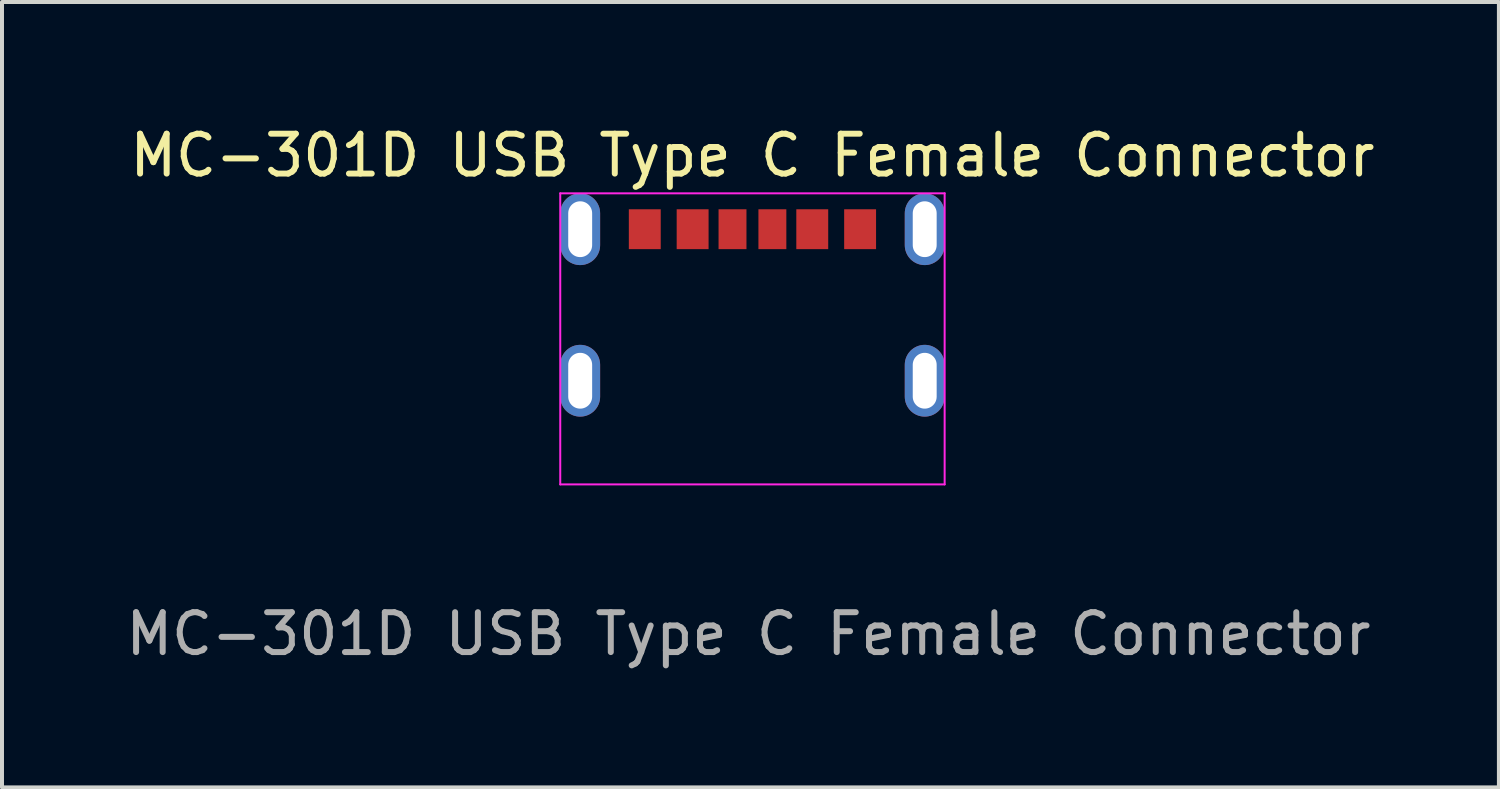
<source format=kicad_pcb>
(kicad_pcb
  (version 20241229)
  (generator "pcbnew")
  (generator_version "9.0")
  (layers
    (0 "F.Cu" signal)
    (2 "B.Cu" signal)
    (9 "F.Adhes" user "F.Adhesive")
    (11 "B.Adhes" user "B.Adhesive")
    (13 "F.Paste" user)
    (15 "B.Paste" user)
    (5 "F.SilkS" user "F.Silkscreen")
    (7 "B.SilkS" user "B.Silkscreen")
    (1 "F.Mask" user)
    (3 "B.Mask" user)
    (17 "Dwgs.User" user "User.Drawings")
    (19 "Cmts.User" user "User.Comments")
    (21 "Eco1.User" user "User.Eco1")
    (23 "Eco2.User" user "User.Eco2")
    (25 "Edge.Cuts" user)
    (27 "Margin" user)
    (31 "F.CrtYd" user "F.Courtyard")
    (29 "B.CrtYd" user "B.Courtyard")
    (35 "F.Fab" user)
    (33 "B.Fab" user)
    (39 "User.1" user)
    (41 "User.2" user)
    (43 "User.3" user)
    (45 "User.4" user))
  (footprint "MC-301D USB Type C Female Connector"
    (layer "F.Cu")
    (at 15.82 5.448)
    (property "Reference" "MC-301D USB Type C Female Connector" (at 0 -4.6 0) (unlocked yes) (layer "F.SilkS") (effects (font (size 1 1) (thickness 0.15))))
    (attr smd)
    (fp_line (start -4.82 -3.65) (end -4.82 3.65) (stroke (width 0.05) (type default)) (layer "F.CrtYd"))
    (fp_line (start -4.82 3.65) (end 4.82 3.65) (stroke (width 0.05) (type default)) (layer "F.CrtYd"))
    (fp_line (start 4.82 -3.65) (end -4.82 -3.65) (stroke (width 0.05) (type default)) (layer "F.CrtYd"))
    (fp_line (start 4.82 3.65) (end 4.82 -3.65) (stroke (width 0.05) (type default)) (layer "F.CrtYd"))
    (fp_text user "${REFERENCE}" (at -0.1 7.4 0) (unlocked yes) (layer "F.Fab") (effects (font (size 1 1) (thickness 0.15))))
    (pad "A5" smd rect (at -0.5 -2.75) (size 0.7 1) (layers "F.Cu" "F.Mask" "F.Paste"))
    (pad "A9" smd rect (at 1.5 -2.75) (size 0.8 1) (layers "F.Cu" "F.Mask" "F.Paste"))
    (pad "A12" smd rect (at 2.7 -2.75) (size 0.8 1) (layers "F.Cu" "F.Mask" "F.Paste"))
    (pad "B5" smd rect (at 0.5 -2.75) (size 0.7 1) (layers "F.Cu" "F.Mask" "F.Paste"))
    (pad "B9" smd rect (at -1.5 -2.75) (size 0.8 1) (layers "F.Cu" "F.Mask" "F.Paste"))
    (pad "B12" smd rect (at -2.7 -2.75) (size 0.8 1) (layers "F.Cu" "F.Mask" "F.Paste"))
    (pad "S1" thru_hole oval (at -4.32 -2.75) (size 1 1.8) (drill oval 0.6 1.4) (layers "*.Cu" "*.Mask"))
    (pad "S1" thru_hole oval (at -4.32 1.05) (size 1 1.8) (drill oval 0.6 1.4) (layers "*.Cu" "*.Mask"))
    (pad "S1" thru_hole oval (at 4.32 -2.75) (size 1 1.8) (drill oval 0.6 1.4) (layers "*.Cu" "*.Mask"))
    (pad "S1" thru_hole oval (at 4.32 1.05) (size 1 1.8) (drill oval 0.6 1.4) (layers "*.Cu" "*.Mask")))
  (gr_rect
    (start -3 -3)
    (end 34.54 16.697)
    (stroke (width 0.1) (type default))
    (fill no)
    (layer "Edge.Cuts")))
</source>
